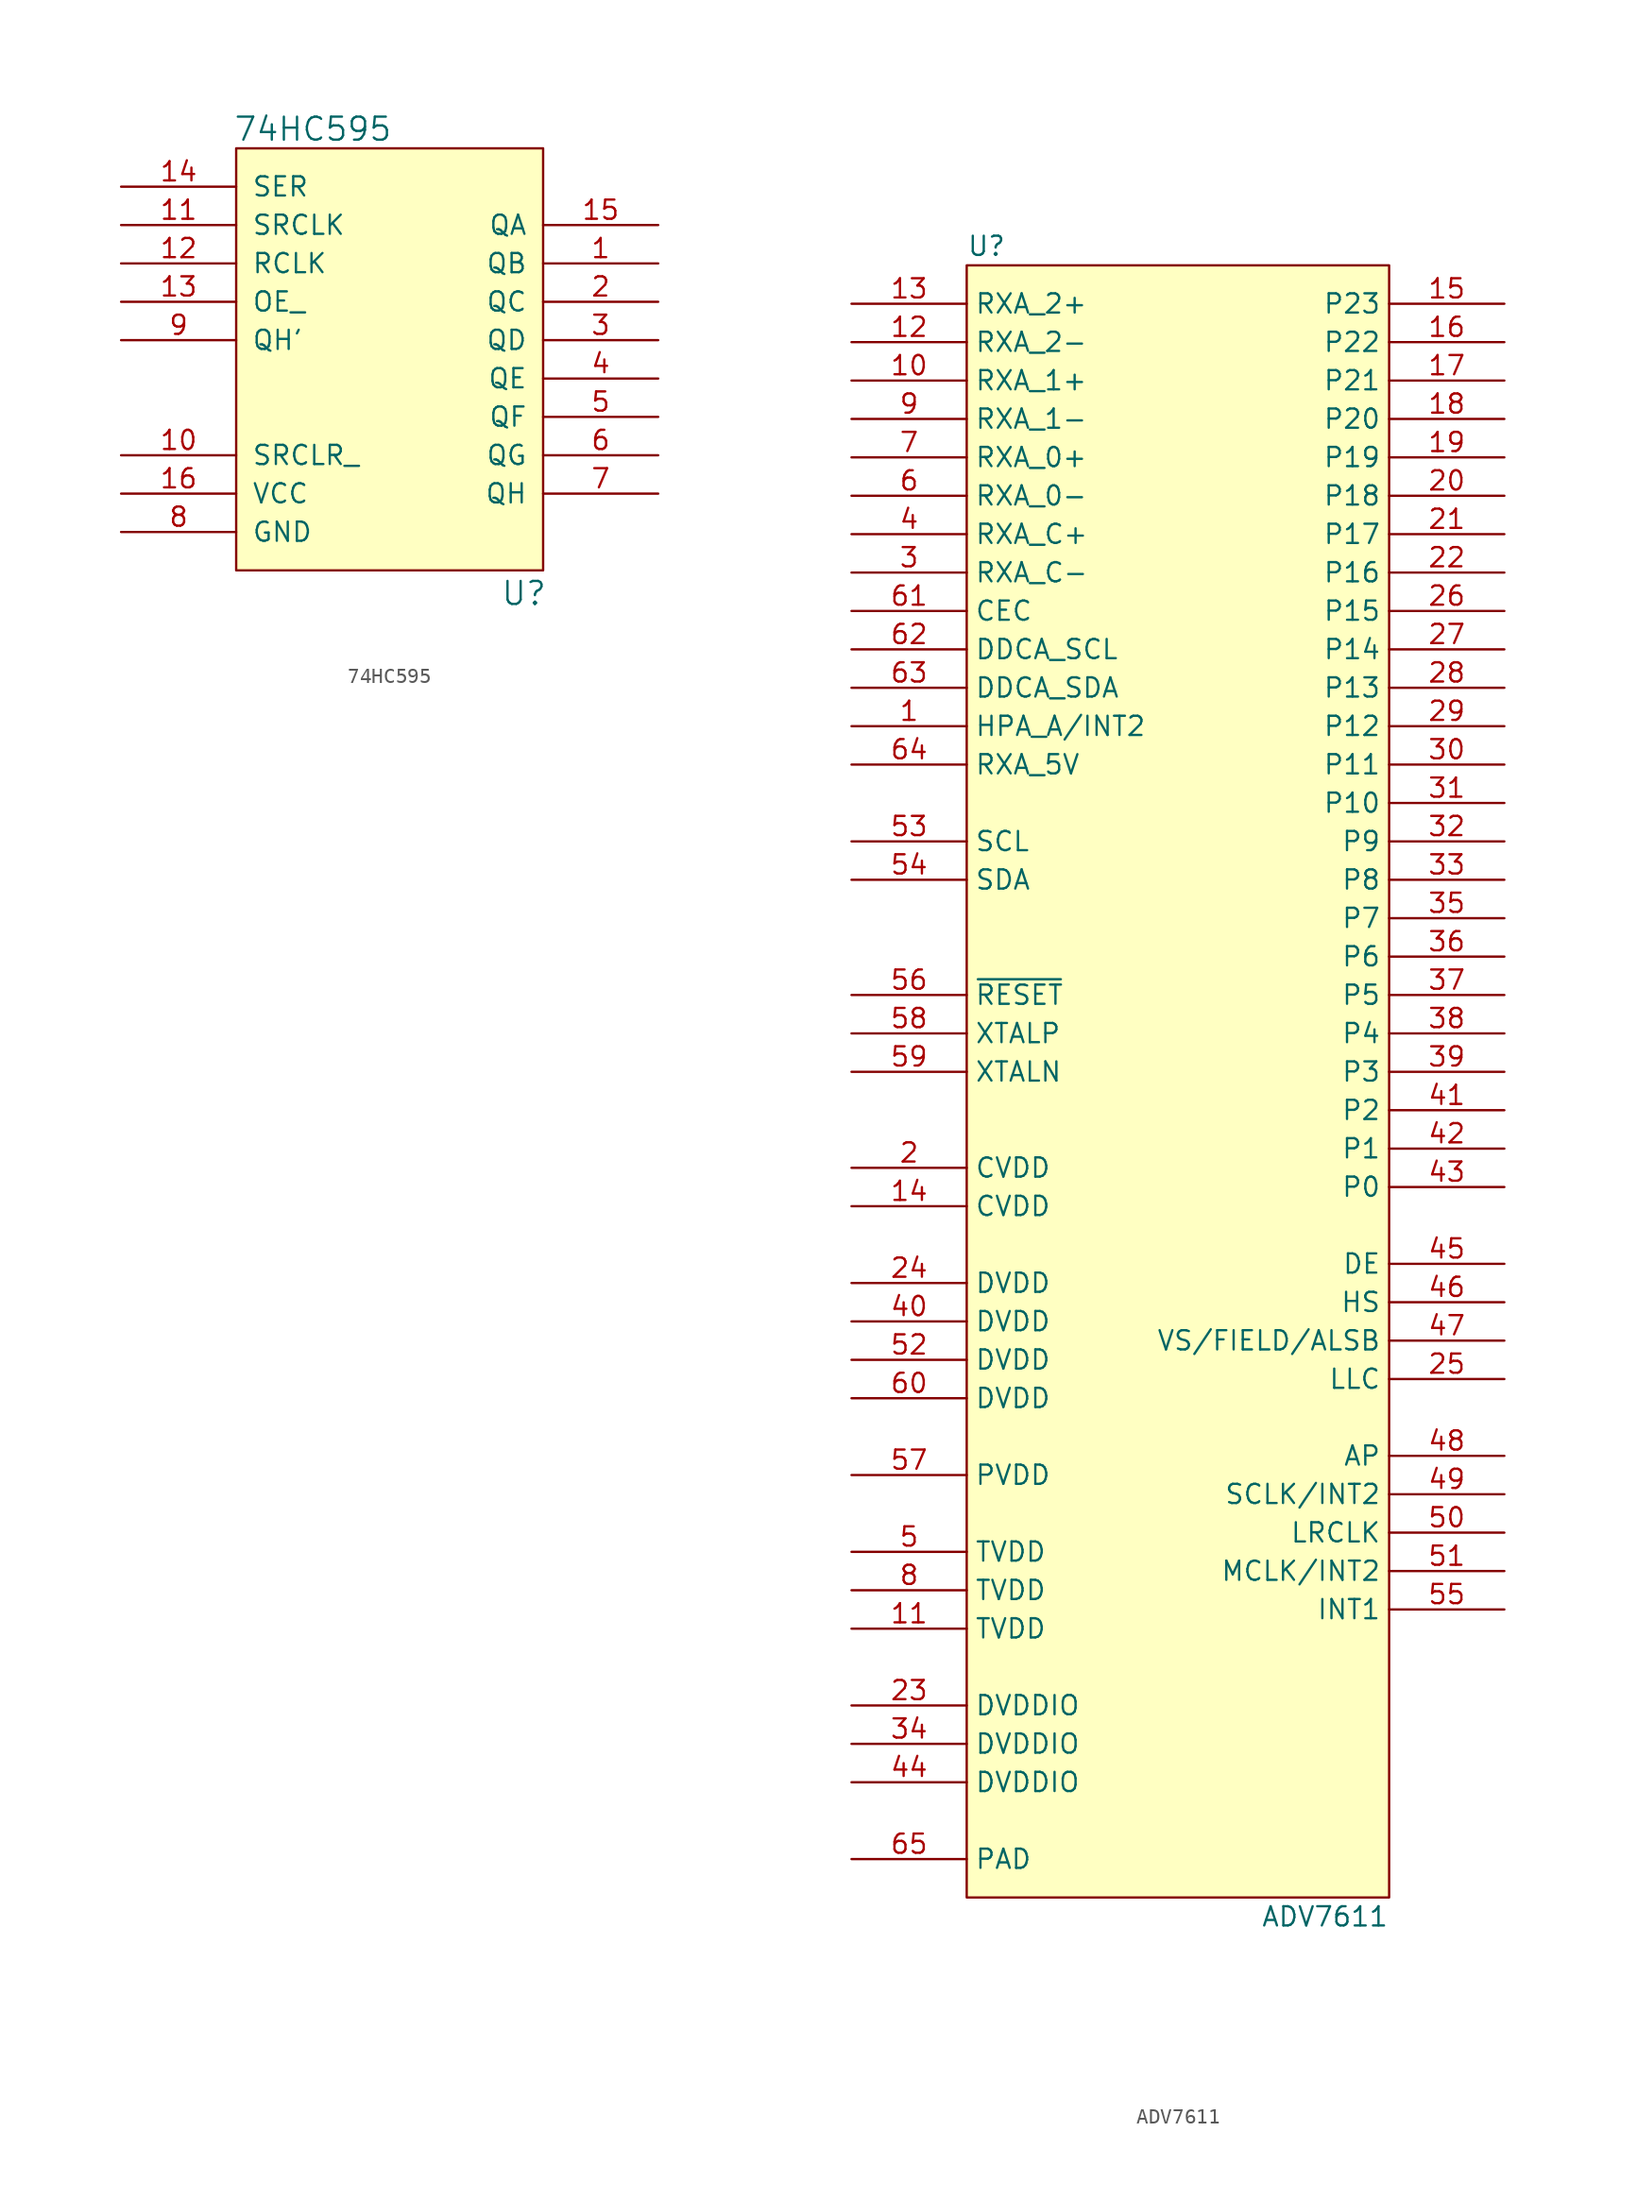
<source format=kicad_sym>
(kicad_symbol_lib
  (version 20211014)
  (generator kicad_symbol_editor)
  (symbol "74HC595"
    (pin_names
      (offset 1.016))
    (property "Reference" "U"
      (at 8.89 -15.494 0)
      (effects (font (size 1.524 1.524))))
    (property "Value" "74HC595"
      (at -5.08 15.24 0)
      (effects (font (size 1.524 1.524))))
    (property "Footprint" ""
      (at -2.54 0 0)
      (effects (font (size 1.524 1.524))))
    (property "Datasheet" ""
      (at -2.54 0 0)
      (effects (font (size 1.524 1.524))))
    (symbol "74HC595_0_1"
      (rectangle (start -10.16 13.97) (end 10.16 -13.97) (stroke (width 0) (type default) (color 0 0 0 0)) (fill (type background))))
    (symbol "74HC595_1_1"
      (pin input line (at 17.78 6.35 180) (length 7.62) (name "QB" (effects (font (size 1.27 1.27)))) (number "1" (effects (font (size 1.27 1.27)))))
      (pin input line (at -17.78 -6.35 0) (length 7.62) (name "SRCLR_" (effects (font (size 1.27 1.27)))) (number "10" (effects (font (size 1.27 1.27)))))
      (pin input line (at -17.78 8.89 0) (length 7.62) (name "SRCLK" (effects (font (size 1.27 1.27)))) (number "11" (effects (font (size 1.27 1.27)))))
      (pin input line (at -17.78 6.35 0) (length 7.62) (name "RCLK" (effects (font (size 1.27 1.27)))) (number "12" (effects (font (size 1.27 1.27)))))
      (pin input line (at -17.78 3.81 0) (length 7.62) (name "OE_" (effects (font (size 1.27 1.27)))) (number "13" (effects (font (size 1.27 1.27)))))
      (pin input line (at -17.78 11.43 0) (length 7.62) (name "SER" (effects (font (size 1.27 1.27)))) (number "14" (effects (font (size 1.27 1.27)))))
      (pin input line (at 17.78 8.89 180) (length 7.62) (name "QA" (effects (font (size 1.27 1.27)))) (number "15" (effects (font (size 1.27 1.27)))))
      (pin input line (at -17.78 -8.89 0) (length 7.62) (name "VCC" (effects (font (size 1.27 1.27)))) (number "16" (effects (font (size 1.27 1.27)))))
      (pin input line (at 17.78 3.81 180) (length 7.62) (name "QC" (effects (font (size 1.27 1.27)))) (number "2" (effects (font (size 1.27 1.27)))))
      (pin input line (at 17.78 1.27 180) (length 7.62) (name "QD" (effects (font (size 1.27 1.27)))) (number "3" (effects (font (size 1.27 1.27)))))
      (pin input line (at 17.78 -1.27 180) (length 7.62) (name "QE" (effects (font (size 1.27 1.27)))) (number "4" (effects (font (size 1.27 1.27)))))
      (pin input line (at 17.78 -3.81 180) (length 7.62) (name "QF" (effects (font (size 1.27 1.27)))) (number "5" (effects (font (size 1.27 1.27)))))
      (pin input line (at 17.78 -6.35 180) (length 7.62) (name "QG" (effects (font (size 1.27 1.27)))) (number "6" (effects (font (size 1.27 1.27)))))
      (pin input line (at 17.78 -8.89 180) (length 7.62) (name "QH" (effects (font (size 1.27 1.27)))) (number "7" (effects (font (size 1.27 1.27)))))
      (pin input line (at -17.78 -11.43 0) (length 7.62) (name "GND" (effects (font (size 1.27 1.27)))) (number "8" (effects (font (size 1.27 1.27)))))
      (pin input line (at -17.78 1.27 0) (length 7.62) (name "QH'" (effects (font (size 1.27 1.27)))) (number "9" (effects (font (size 1.27 1.27)))))))
  (symbol "ADV7611"
    (property "Reference" "U"
      (at -15.24 3.81 0)
      (effects (font (size 1.27 1.27)) (justify left)))
    (property "Value" "ADV7611"
      (at 12.7 -106.68 0)
      (effects (font (size 1.27 1.27)) (justify right)))
    (symbol "ADV7611_0_1"
      (rectangle (start -15.24 2.54) (end 12.7 -105.41) (stroke (width 0) (type default) (color 0 0 0 0)) (fill (type background))))
    (symbol "ADV7611_1_1"
      (pin bidirectional line (at -22.86 -27.94 0) (length 7.62) (name "HPA_A/INT2" (effects (font (size 1.27 1.27)))) (number "1" (effects (font (size 1.27 1.27)))))
      (pin input line (at -22.86 -5.08 0) (length 7.62) (name "RXA_1+" (effects (font (size 1.27 1.27)))) (number "10" (effects (font (size 1.27 1.27)))))
      (pin power_in line (at -22.86 -87.63 0) (length 7.62) (name "TVDD" (effects (font (size 1.27 1.27)))) (number "11" (effects (font (size 1.27 1.27)))))
      (pin input line (at -22.86 -2.54 0) (length 7.62) (name "RXA_2−" (effects (font (size 1.27 1.27)))) (number "12" (effects (font (size 1.27 1.27)))))
      (pin input line (at -22.86 0 0) (length 7.62) (name "RXA_2+" (effects (font (size 1.27 1.27)))) (number "13" (effects (font (size 1.27 1.27)))))
      (pin power_in line (at -22.86 -59.69 0) (length 7.62) (name "CVDD" (effects (font (size 1.27 1.27)))) (number "14" (effects (font (size 1.27 1.27)))))
      (pin output line (at 20.32 0 180) (length 7.62) (name "P23" (effects (font (size 1.27 1.27)))) (number "15" (effects (font (size 1.27 1.27)))))
      (pin output line (at 20.32 -2.54 180) (length 7.62) (name "P22" (effects (font (size 1.27 1.27)))) (number "16" (effects (font (size 1.27 1.27)))))
      (pin output line (at 20.32 -5.08 180) (length 7.62) (name "P21" (effects (font (size 1.27 1.27)))) (number "17" (effects (font (size 1.27 1.27)))))
      (pin output line (at 20.32 -7.62 180) (length 7.62) (name "P20" (effects (font (size 1.27 1.27)))) (number "18" (effects (font (size 1.27 1.27)))))
      (pin output line (at 20.32 -10.16 180) (length 7.62) (name "P19" (effects (font (size 1.27 1.27)))) (number "19" (effects (font (size 1.27 1.27)))))
      (pin power_in line (at -22.86 -57.15 0) (length 7.62) (name "CVDD" (effects (font (size 1.27 1.27)))) (number "2" (effects (font (size 1.27 1.27)))))
      (pin output line (at 20.32 -12.7 180) (length 7.62) (name "P18" (effects (font (size 1.27 1.27)))) (number "20" (effects (font (size 1.27 1.27)))))
      (pin output line (at 20.32 -15.24 180) (length 7.62) (name "P17" (effects (font (size 1.27 1.27)))) (number "21" (effects (font (size 1.27 1.27)))))
      (pin output line (at 20.32 -17.78 180) (length 7.62) (name "P16" (effects (font (size 1.27 1.27)))) (number "22" (effects (font (size 1.27 1.27)))))
      (pin power_in line (at -22.86 -92.71 0) (length 7.62) (name "DVDDIO" (effects (font (size 1.27 1.27)))) (number "23" (effects (font (size 1.27 1.27)))))
      (pin power_in line (at -22.86 -64.77 0) (length 7.62) (name "DVDD" (effects (font (size 1.27 1.27)))) (number "24" (effects (font (size 1.27 1.27)))))
      (pin output line (at 20.32 -71.12 180) (length 7.62) (name "LLC" (effects (font (size 1.27 1.27)))) (number "25" (effects (font (size 1.27 1.27)))))
      (pin output line (at 20.32 -20.32 180) (length 7.62) (name "P15" (effects (font (size 1.27 1.27)))) (number "26" (effects (font (size 1.27 1.27)))))
      (pin output line (at 20.32 -22.86 180) (length 7.62) (name "P14" (effects (font (size 1.27 1.27)))) (number "27" (effects (font (size 1.27 1.27)))))
      (pin output line (at 20.32 -25.4 180) (length 7.62) (name "P13" (effects (font (size 1.27 1.27)))) (number "28" (effects (font (size 1.27 1.27)))))
      (pin output line (at 20.32 -27.94 180) (length 7.62) (name "P12" (effects (font (size 1.27 1.27)))) (number "29" (effects (font (size 1.27 1.27)))))
      (pin input line (at -22.86 -17.78 0) (length 7.62) (name "RXA_C−" (effects (font (size 1.27 1.27)))) (number "3" (effects (font (size 1.27 1.27)))))
      (pin output line (at 20.32 -30.48 180) (length 7.62) (name "P11" (effects (font (size 1.27 1.27)))) (number "30" (effects (font (size 1.27 1.27)))))
      (pin output line (at 20.32 -33.02 180) (length 7.62) (name "P10" (effects (font (size 1.27 1.27)))) (number "31" (effects (font (size 1.27 1.27)))))
      (pin output line (at 20.32 -35.56 180) (length 7.62) (name "P9" (effects (font (size 1.27 1.27)))) (number "32" (effects (font (size 1.27 1.27)))))
      (pin output line (at 20.32 -38.1 180) (length 7.62) (name "P8" (effects (font (size 1.27 1.27)))) (number "33" (effects (font (size 1.27 1.27)))))
      (pin power_in line (at -22.86 -95.25 0) (length 7.62) (name "DVDDIO" (effects (font (size 1.27 1.27)))) (number "34" (effects (font (size 1.27 1.27)))))
      (pin output line (at 20.32 -40.64 180) (length 7.62) (name "P7" (effects (font (size 1.27 1.27)))) (number "35" (effects (font (size 1.27 1.27)))))
      (pin output line (at 20.32 -43.18 180) (length 7.62) (name "P6" (effects (font (size 1.27 1.27)))) (number "36" (effects (font (size 1.27 1.27)))))
      (pin output line (at 20.32 -45.72 180) (length 7.62) (name "P5" (effects (font (size 1.27 1.27)))) (number "37" (effects (font (size 1.27 1.27)))))
      (pin output line (at 20.32 -48.26 180) (length 7.62) (name "P4" (effects (font (size 1.27 1.27)))) (number "38" (effects (font (size 1.27 1.27)))))
      (pin output line (at 20.32 -50.8 180) (length 7.62) (name "P3" (effects (font (size 1.27 1.27)))) (number "39" (effects (font (size 1.27 1.27)))))
      (pin input line (at -22.86 -15.24 0) (length 7.62) (name "RXA_C+" (effects (font (size 1.27 1.27)))) (number "4" (effects (font (size 1.27 1.27)))))
      (pin power_in line (at -22.86 -67.31 0) (length 7.62) (name "DVDD" (effects (font (size 1.27 1.27)))) (number "40" (effects (font (size 1.27 1.27)))))
      (pin output line (at 20.32 -53.34 180) (length 7.62) (name "P2" (effects (font (size 1.27 1.27)))) (number "41" (effects (font (size 1.27 1.27)))))
      (pin output line (at 20.32 -55.88 180) (length 7.62) (name "P1" (effects (font (size 1.27 1.27)))) (number "42" (effects (font (size 1.27 1.27)))))
      (pin output line (at 20.32 -58.42 180) (length 7.62) (name "P0" (effects (font (size 1.27 1.27)))) (number "43" (effects (font (size 1.27 1.27)))))
      (pin power_in line (at -22.86 -97.79 0) (length 7.62) (name "DVDDIO" (effects (font (size 1.27 1.27)))) (number "44" (effects (font (size 1.27 1.27)))))
      (pin output line (at 20.32 -63.5 180) (length 7.62) (name "DE" (effects (font (size 1.27 1.27)))) (number "45" (effects (font (size 1.27 1.27)))))
      (pin output line (at 20.32 -66.04 180) (length 7.62) (name "HS" (effects (font (size 1.27 1.27)))) (number "46" (effects (font (size 1.27 1.27)))))
      (pin bidirectional line (at 20.32 -68.58 180) (length 7.62) (name "VS/FIELD/ALSB" (effects (font (size 1.27 1.27)))) (number "47" (effects (font (size 1.27 1.27)))))
      (pin output line (at 20.32 -76.2 180) (length 7.62) (name "AP" (effects (font (size 1.27 1.27)))) (number "48" (effects (font (size 1.27 1.27)))))
      (pin output line (at 20.32 -78.74 180) (length 7.62) (name "SCLK/INT2" (effects (font (size 1.27 1.27)))) (number "49" (effects (font (size 1.27 1.27)))))
      (pin power_in line (at -22.86 -82.55 0) (length 7.62) (name "TVDD" (effects (font (size 1.27 1.27)))) (number "5" (effects (font (size 1.27 1.27)))))
      (pin output line (at 20.32 -81.28 180) (length 7.62) (name "LRCLK" (effects (font (size 1.27 1.27)))) (number "50" (effects (font (size 1.27 1.27)))))
      (pin output line (at 20.32 -83.82 180) (length 7.62) (name "MCLK/INT2" (effects (font (size 1.27 1.27)))) (number "51" (effects (font (size 1.27 1.27)))))
      (pin power_in line (at -22.86 -69.85 0) (length 7.62) (name "DVDD" (effects (font (size 1.27 1.27)))) (number "52" (effects (font (size 1.27 1.27)))))
      (pin input line (at -22.86 -35.56 0) (length 7.62) (name "SCL" (effects (font (size 1.27 1.27)))) (number "53" (effects (font (size 1.27 1.27)))))
      (pin bidirectional line (at -22.86 -38.1 0) (length 7.62) (name "SDA" (effects (font (size 1.27 1.27)))) (number "54" (effects (font (size 1.27 1.27)))))
      (pin output line (at 20.32 -86.36 180) (length 7.62) (name "INT1" (effects (font (size 1.27 1.27)))) (number "55" (effects (font (size 1.27 1.27)))))
      (pin input line (at -22.86 -45.72 0) (length 7.62) (name "~{RESET}" (effects (font (size 1.27 1.27)))) (number "56" (effects (font (size 1.27 1.27)))))
      (pin power_in line (at -22.86 -77.47 0) (length 7.62) (name "PVDD" (effects (font (size 1.27 1.27)))) (number "57" (effects (font (size 1.27 1.27)))))
      (pin input line (at -22.86 -48.26 0) (length 7.62) (name "XTALP" (effects (font (size 1.27 1.27)))) (number "58" (effects (font (size 1.27 1.27)))))
      (pin input line (at -22.86 -50.8 0) (length 7.62) (name "XTALN" (effects (font (size 1.27 1.27)))) (number "59" (effects (font (size 1.27 1.27)))))
      (pin input line (at -22.86 -12.7 0) (length 7.62) (name "RXA_0−" (effects (font (size 1.27 1.27)))) (number "6" (effects (font (size 1.27 1.27)))))
      (pin power_in line (at -22.86 -72.39 0) (length 7.62) (name "DVDD" (effects (font (size 1.27 1.27)))) (number "60" (effects (font (size 1.27 1.27)))))
      (pin bidirectional line (at -22.86 -20.32 0) (length 7.62) (name "CEC" (effects (font (size 1.27 1.27)))) (number "61" (effects (font (size 1.27 1.27)))))
      (pin input line (at -22.86 -22.86 0) (length 7.62) (name "DDCA_SCL" (effects (font (size 1.27 1.27)))) (number "62" (effects (font (size 1.27 1.27)))))
      (pin bidirectional line (at -22.86 -25.4 0) (length 7.62) (name "DDCA_SDA" (effects (font (size 1.27 1.27)))) (number "63" (effects (font (size 1.27 1.27)))))
      (pin input line (at -22.86 -30.48 0) (length 7.62) (name "RXA_5V" (effects (font (size 1.27 1.27)))) (number "64" (effects (font (size 1.27 1.27)))))
      (pin power_in line (at -22.86 -102.87 0) (length 7.62) (name "PAD" (effects (font (size 1.27 1.27)))) (number "65" (effects (font (size 1.27 1.27)))))
      (pin input line (at -22.86 -10.16 0) (length 7.62) (name "RXA_0+" (effects (font (size 1.27 1.27)))) (number "7" (effects (font (size 1.27 1.27)))))
      (pin power_in line (at -22.86 -85.09 0) (length 7.62) (name "TVDD" (effects (font (size 1.27 1.27)))) (number "8" (effects (font (size 1.27 1.27)))))
      (pin input line (at -22.86 -7.62 0) (length 7.62) (name "RXA_1−" (effects (font (size 1.27 1.27)))) (number "9" (effects (font (size 1.27 1.27))))))))
</source>
